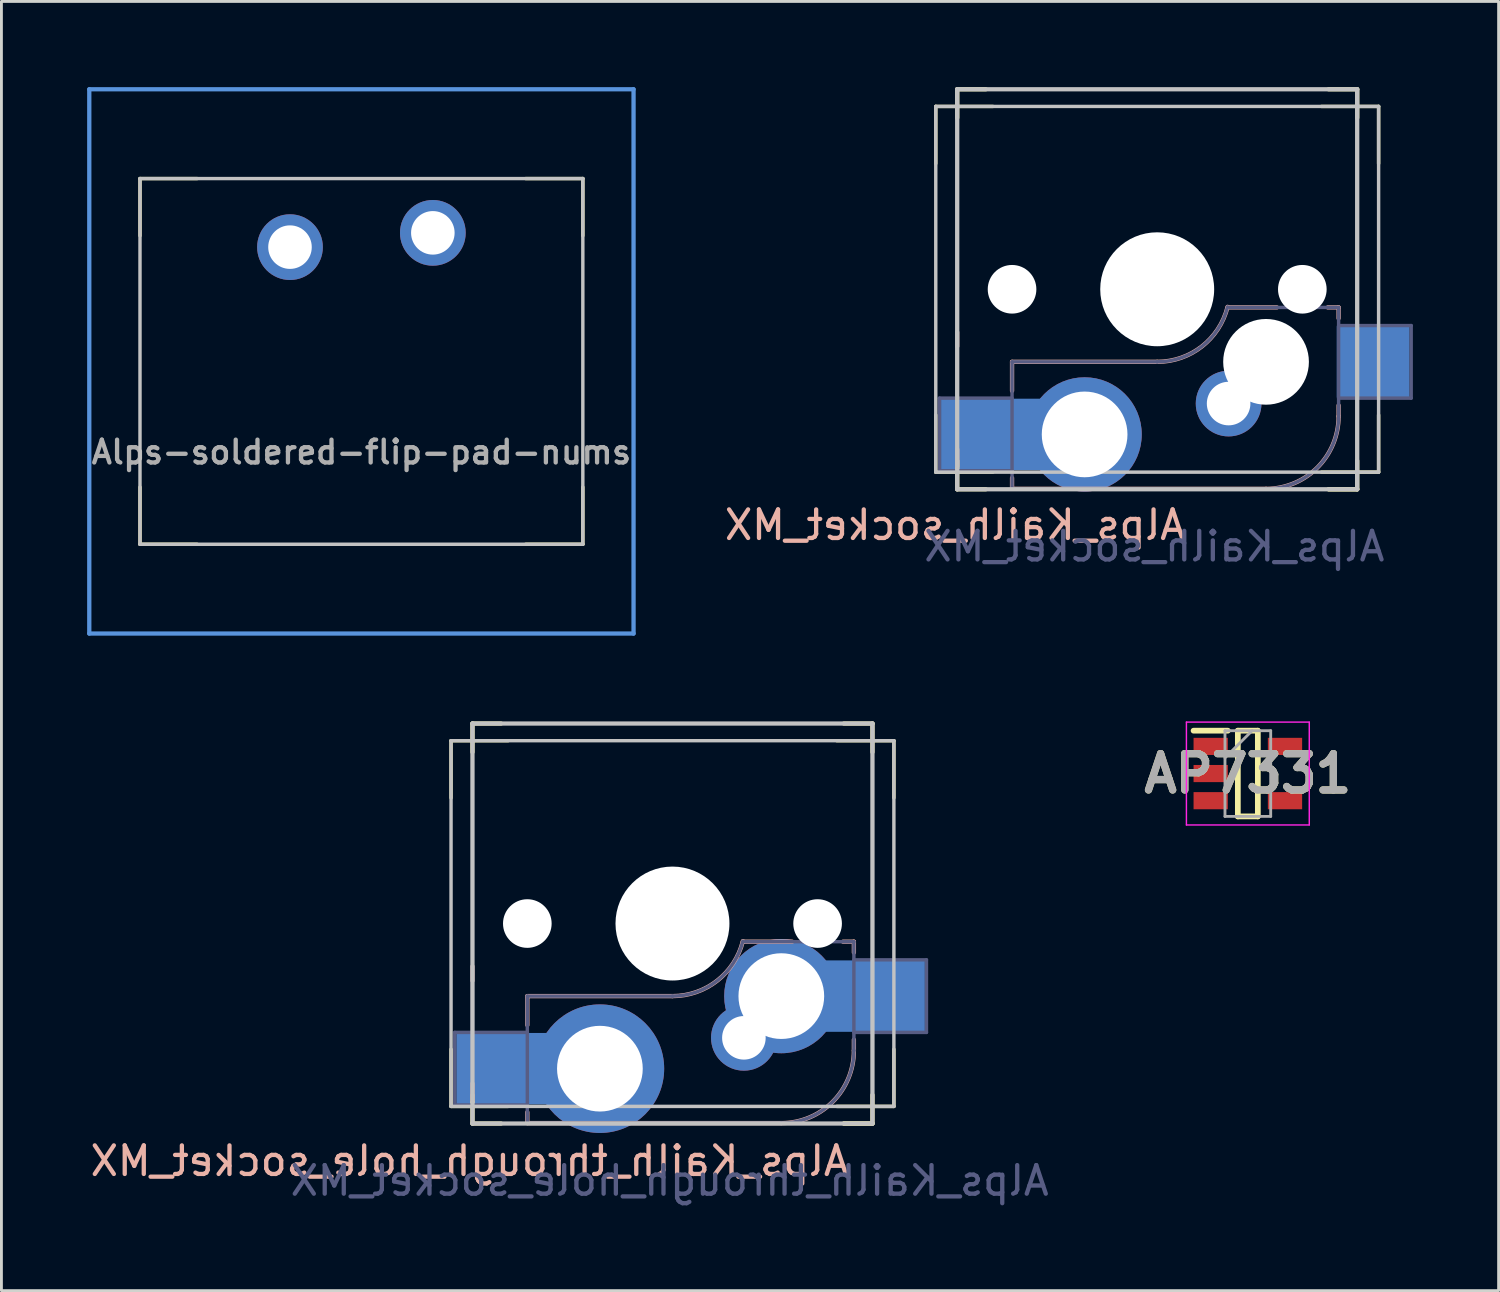
<source format=kicad_pcb>
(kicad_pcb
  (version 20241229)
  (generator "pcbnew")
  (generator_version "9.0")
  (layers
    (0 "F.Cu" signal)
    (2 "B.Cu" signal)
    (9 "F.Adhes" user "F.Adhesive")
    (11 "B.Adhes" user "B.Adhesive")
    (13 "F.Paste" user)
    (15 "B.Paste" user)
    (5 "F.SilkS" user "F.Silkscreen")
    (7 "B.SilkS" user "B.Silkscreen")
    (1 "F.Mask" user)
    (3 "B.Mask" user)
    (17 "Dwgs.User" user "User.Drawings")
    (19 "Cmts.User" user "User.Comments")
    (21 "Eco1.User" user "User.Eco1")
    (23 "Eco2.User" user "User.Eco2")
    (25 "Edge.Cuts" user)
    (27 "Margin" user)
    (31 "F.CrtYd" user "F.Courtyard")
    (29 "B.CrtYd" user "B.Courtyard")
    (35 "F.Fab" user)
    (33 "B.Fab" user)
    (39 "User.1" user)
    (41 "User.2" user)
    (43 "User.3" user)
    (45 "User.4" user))
  (footprint "Alps_Kailh_socket_MX"
    (layer "F.Cu")
    (at 37.453 7.075)
    (property "Reference" "Alps_Kailh_socket_MX" (at -7.08 8.25 180) (layer "B.SilkS") (effects (font (size 1 1) (thickness 0.15)) (justify mirror)))
    (property "Value" "Alps_Kailh_socket_MX" (at 0 -8.255 180) (layer "F.Fab") (hide yes) (effects (font (size 1 1) (thickness 0.15))))
    (attr smd)
    (fp_line (start -7.75 -6.4) (end -7.75 -4.4) (stroke (width 0.12) (type solid)) (layer "F.SilkS"))
    (fp_line (start -7.75 -6.4) (end -5.75 -6.4) (stroke (width 0.12) (type solid)) (layer "F.SilkS"))
    (fp_line (start -7.75 6.4) (end -7.75 4.4) (stroke (width 0.12) (type solid)) (layer "F.SilkS"))
    (fp_line (start -7.75 6.4) (end -5.75 6.4) (stroke (width 0.12) (type solid)) (layer "F.SilkS"))
    (fp_line (start -7 -6) (end -7 -7) (stroke (width 0.15) (type solid)) (layer "F.SilkS"))
    (fp_line (start -7 7) (end -7 6) (stroke (width 0.15) (type solid)) (layer "F.SilkS"))
    (fp_line (start -7 7) (end -6 7) (stroke (width 0.15) (type solid)) (layer "F.SilkS"))
    (fp_line (start -6 -7) (end -7 -7) (stroke (width 0.15) (type solid)) (layer "F.SilkS"))
    (fp_line (start 6 7) (end 7 7) (stroke (width 0.15) (type solid)) (layer "F.SilkS"))
    (fp_line (start 7 -7) (end 6 -7) (stroke (width 0.15) (type solid)) (layer "F.SilkS"))
    (fp_line (start 7 -7) (end 7 -6) (stroke (width 0.15) (type solid)) (layer "F.SilkS"))
    (fp_line (start 7 6) (end 7 7) (stroke (width 0.15) (type solid)) (layer "F.SilkS"))
    (fp_line (start 7 7) (end 6 7) (stroke (width 0.15) (type solid)) (layer "F.SilkS"))
    (fp_line (start 7.75 -6.4) (end 5.75 -6.4) (stroke (width 0.12) (type solid)) (layer "F.SilkS"))
    (fp_line (start 7.75 -6.4) (end 7.75 -4.4) (stroke (width 0.12) (type solid)) (layer "F.SilkS"))
    (fp_line (start 7.75 6.4) (end 5.75 6.4) (stroke (width 0.12) (type solid)) (layer "F.SilkS"))
    (fp_line (start 7.75 6.4) (end 7.75 4.4) (stroke (width 0.12) (type solid)) (layer "F.SilkS"))
    (fp_line (start -7 1.5) (end -7 2) (stroke (width 0.15) (type solid)) (layer "B.SilkS"))
    (fp_line (start -7 5.6) (end -7 6.2) (stroke (width 0.15) (type solid)) (layer "B.SilkS"))
    (fp_line (start -5.08 2.54) (end 0 2.54) (stroke (width 0.15) (type solid)) (layer "B.SilkS"))
    (fp_line (start -5.08 3.556) (end -5.08 2.54) (stroke (width 0.15) (type solid)) (layer "B.SilkS"))
    (fp_line (start -5.08 6.985) (end -5.08 6.604) (stroke (width 0.15) (type solid)) (layer "B.SilkS"))
    (fp_line (start 2.464 0.635) (end 4.191 0.635) (stroke (width 0.15) (type solid)) (layer "B.SilkS"))
    (fp_line (start 3.81 6.985) (end -5.08 6.985) (stroke (width 0.15) (type solid)) (layer "B.SilkS"))
    (fp_line (start 5.969 0.635) (end 6.35 0.635) (stroke (width 0.15) (type solid)) (layer "B.SilkS"))
    (fp_line (start 6.35 1.016) (end 6.35 0.635) (stroke (width 0.15) (type solid)) (layer "B.SilkS"))
    (fp_line (start 6.35 4.445) (end 6.35 4.064) (stroke (width 0.15) (type solid)) (layer "B.SilkS"))
    (fp_arc (start 2.464162 0.61604) (mid 1.563147 2.002042) (end 0 2.54) (stroke (width 0.15) (type solid)) (layer "B.SilkS"))
    (fp_arc (start 6.35 4.445) (mid 5.606051 6.241051) (end 3.81 6.985) (stroke (width 0.15) (type solid)) (layer "B.SilkS"))
    (fp_line (start -7.75 -6.4) (end -7.75 6.4) (stroke (width 0.12) (type solid)) (layer "Dwgs.User"))
    (fp_line (start -7 7) (end -7 -7) (stroke (width 0.15) (type solid)) (layer "Dwgs.User"))
    (fp_line (start -7 7) (end 7 7) (stroke (width 0.15) (type solid)) (layer "Dwgs.User"))
    (fp_line (start 7 -7) (end -7 -7) (stroke (width 0.15) (type solid)) (layer "Dwgs.User"))
    (fp_line (start 7 -7) (end 7 7) (stroke (width 0.15) (type solid)) (layer "Dwgs.User"))
    (fp_line (start 7.75 -6.4) (end -7.75 -6.4) (stroke (width 0.12) (type solid)) (layer "Dwgs.User"))
    (fp_line (start 7.75 6.4) (end -7.75 6.4) (stroke (width 0.12) (type solid)) (layer "Dwgs.User"))
    (fp_line (start 7.75 6.4) (end 7.75 -6.4) (stroke (width 0.12) (type solid)) (layer "Dwgs.User"))
    (fp_line (start -2.6 -3.1) (end -2.6 -6.3) (stroke (width 0.15) (type solid)) (layer "Eco2.User"))
    (fp_line (start -2.6 -3.1) (end 2.6 -3.1) (stroke (width 0.15) (type solid)) (layer "Eco2.User"))
    (fp_line (start 2.6 -6.3) (end -2.6 -6.3) (stroke (width 0.15) (type solid)) (layer "Eco2.User"))
    (fp_line (start 2.6 -3.1) (end 2.6 -6.3) (stroke (width 0.15) (type solid)) (layer "Eco2.User"))
    (fp_line (start -7.62 3.81) (end -5.08 3.81) (stroke (width 0.12) (type solid)) (layer "B.Fab"))
    (fp_line (start -7.62 6.35) (end -7.62 3.81) (stroke (width 0.12) (type solid)) (layer "B.Fab"))
    (fp_line (start -7 1.5) (end -7 6.2) (stroke (width 0.12) (type solid)) (layer "B.Fab"))
    (fp_line (start -5.08 2.54) (end 0 2.54) (stroke (width 0.12) (type solid)) (layer "B.Fab"))
    (fp_line (start -5.08 6.35) (end -7.62 6.35) (stroke (width 0.12) (type solid)) (layer "B.Fab"))
    (fp_line (start -5.08 6.985) (end -5.08 2.54) (stroke (width 0.12) (type solid)) (layer "B.Fab"))
    (fp_line (start 3.81 6.985) (end -5.08 6.985) (stroke (width 0.12) (type solid)) (layer "B.Fab"))
    (fp_line (start 6.35 0.635) (end 2.54 0.635) (stroke (width 0.12) (type solid)) (layer "B.Fab"))
    (fp_line (start 6.35 0.635) (end 6.35 4.445) (stroke (width 0.12) (type solid)) (layer "B.Fab"))
    (fp_line (start 6.35 1.27) (end 8.89 1.27) (stroke (width 0.12) (type solid)) (layer "B.Fab"))
    (fp_line (start 8.89 1.27) (end 8.89 3.81) (stroke (width 0.12) (type solid)) (layer "B.Fab"))
    (fp_line (start 8.89 3.81) (end 6.35 3.81) (stroke (width 0.12) (type solid)) (layer "B.Fab"))
    (fp_arc (start 2.464162 0.61604) (mid 1.563147 2.002042) (end 0 2.54) (stroke (width 0.12) (type solid)) (layer "B.Fab"))
    (fp_arc (start 6.35 4.445) (mid 5.606051 6.241051) (end 3.81 6.985) (stroke (width 0.12) (type solid)) (layer "B.Fab"))
    (fp_text user "${VALUE}" (at -0.1 9 0) (layer "B.Fab") (effects (font (size 1 1) (thickness 0.15)) (justify mirror)))
    (pad "" np_thru_hole circle (at -5.08 0 180) (size 1.702 1.702) (drill 1.702) (layers "*.Cu" "*.Mask"))
    (pad "" np_thru_hole circle (at 0 0 180) (size 3.988 3.988) (drill 3.988) (layers "*.Cu" "*.Mask"))
    (pad "" np_thru_hole circle (at 3.81 2.54 180) (size 3 3) (drill 3) (layers "*.Cu" "*.Mask"))
    (pad "" np_thru_hole circle (at 5.08 0 180) (size 1.702 1.702) (drill 1.702) (layers "*.Cu" "*.Mask"))
    (pad "1" smd rect (at -6.29 5.08 180) (size 2.55 2.5) (layers "B.Cu" "B.Mask" "B.Paste"))
    (pad "1" smd rect (at -4.8 5.08 180) (size 1.5 2.5) (layers "B.Cu" "B.Mask" "B.Paste"))
    (pad "1" thru_hole circle (at -2.54 5.08 180) (size 4 4) (drill 3) (layers "*.Cu" "*.Mask"))
    (pad "2" thru_hole circle (at 2.5 4 180) (size 2.3 2.3) (drill 1.525) (layers "*.Cu" "B.Mask"))
    (pad "2" smd rect (at 7.56 2.54 180) (size 2.55 2.5) (layers "B.Cu" "B.Mask" "B.Paste")))
  (footprint "Alps-soldered-flip-pad-nums"
    (layer "F.Cu")
    (at 9.6 9.6)
    (property "Reference" "Alps-soldered-flip-pad-nums" (at 0 3.175 0) (layer "F.Fab") (effects (font (size 0.8 0.8) (thickness 0.15))))
    (attr through_hole)
    (fp_line (start -7.75 -6.4) (end -7.75 -4.4) (stroke (width 0.12) (type solid)) (layer "F.SilkS"))
    (fp_line (start -7.75 -6.4) (end -5.75 -6.4) (stroke (width 0.12) (type solid)) (layer "F.SilkS"))
    (fp_line (start -7.75 6.4) (end -7.75 4.4) (stroke (width 0.12) (type solid)) (layer "F.SilkS"))
    (fp_line (start -7.75 6.4) (end -5.75 6.4) (stroke (width 0.12) (type solid)) (layer "F.SilkS"))
    (fp_line (start 7.75 -6.4) (end 5.75 -6.4) (stroke (width 0.12) (type solid)) (layer "F.SilkS"))
    (fp_line (start 7.75 -6.4) (end 7.75 -4.4) (stroke (width 0.12) (type solid)) (layer "F.SilkS"))
    (fp_line (start 7.75 6.4) (end 5.75 6.4) (stroke (width 0.12) (type solid)) (layer "F.SilkS"))
    (fp_line (start 7.75 6.4) (end 7.75 4.4) (stroke (width 0.12) (type solid)) (layer "F.SilkS"))
    (fp_line (start -7.75 -6.4) (end -7.75 6.4) (stroke (width 0.12) (type solid)) (layer "Dwgs.User"))
    (fp_line (start -7.75 -6.4) (end 7.75 -6.4) (stroke (width 0.12) (type solid)) (layer "Dwgs.User"))
    (fp_line (start -7.75 6.4) (end 7.75 6.4) (stroke (width 0.12) (type solid)) (layer "Dwgs.User"))
    (fp_line (start 7.75 6.4) (end 7.75 -6.4) (stroke (width 0.12) (type solid)) (layer "Dwgs.User"))
    (fp_line (start -9.525 9.525) (end -9.525 -9.525) (stroke (width 0.15) (type solid)) (layer "Cmts.User"))
    (fp_line (start 9.525 -9.525) (end -9.525 -9.525) (stroke (width 0.15) (type solid)) (layer "Cmts.User"))
    (fp_line (start 9.525 9.525) (end -9.525 9.525) (stroke (width 0.15) (type solid)) (layer "Cmts.User"))
    (fp_line (start 9.525 9.525) (end 9.525 -9.525) (stroke (width 0.15) (type solid)) (layer "Cmts.User"))
    (pad "1" thru_hole circle (at 2.5 -4.5 86.054) (size 2.3 2.3) (drill 1.524) (layers "*.Cu" "B.Mask"))
    (pad "2" thru_hole circle (at -2.5 -4) (size 2.3 2.3) (drill 1.524) (layers "*.Cu" "B.Mask")))
  (footprint "Alps_Kailh_through_hole_socket_MX"
    (layer "F.Cu")
    (at 20.487 29.275)
    (property "Reference" "Alps_Kailh_through_hole_socket_MX" (at -7.1 8.31 180) (layer "B.SilkS") (effects (font (size 1 1) (thickness 0.15)) (justify mirror)))
    (property "Value" "Alps_Kailh_through_hole_socket_MX" (at 0 -8.255 180) (layer "F.Fab") (hide yes) (effects (font (size 1 1) (thickness 0.15))))
    (attr smd)
    (fp_line (start -7.75 -6.4) (end -7.75 -4.4) (stroke (width 0.12) (type solid)) (layer "F.SilkS"))
    (fp_line (start -7.75 -6.4) (end -5.75 -6.4) (stroke (width 0.12) (type solid)) (layer "F.SilkS"))
    (fp_line (start -7.75 6.4) (end -7.75 4.4) (stroke (width 0.12) (type solid)) (layer "F.SilkS"))
    (fp_line (start -7.75 6.4) (end -5.75 6.4) (stroke (width 0.12) (type solid)) (layer "F.SilkS"))
    (fp_line (start -7 -6) (end -7 -7) (stroke (width 0.15) (type solid)) (layer "F.SilkS"))
    (fp_line (start -7 7) (end -7 6) (stroke (width 0.15) (type solid)) (layer "F.SilkS"))
    (fp_line (start -7 7) (end -6 7) (stroke (width 0.15) (type solid)) (layer "F.SilkS"))
    (fp_line (start -6 -7) (end -7 -7) (stroke (width 0.15) (type solid)) (layer "F.SilkS"))
    (fp_line (start 6 7) (end 7 7) (stroke (width 0.15) (type solid)) (layer "F.SilkS"))
    (fp_line (start 7 -7) (end 6 -7) (stroke (width 0.15) (type solid)) (layer "F.SilkS"))
    (fp_line (start 7 -7) (end 7 -6) (stroke (width 0.15) (type solid)) (layer "F.SilkS"))
    (fp_line (start 7 6) (end 7 7) (stroke (width 0.15) (type solid)) (layer "F.SilkS"))
    (fp_line (start 7 7) (end 6 7) (stroke (width 0.15) (type solid)) (layer "F.SilkS"))
    (fp_line (start 7.75 -6.4) (end 5.75 -6.4) (stroke (width 0.12) (type solid)) (layer "F.SilkS"))
    (fp_line (start 7.75 -6.4) (end 7.75 -4.4) (stroke (width 0.12) (type solid)) (layer "F.SilkS"))
    (fp_line (start 7.75 6.4) (end 5.75 6.4) (stroke (width 0.12) (type solid)) (layer "F.SilkS"))
    (fp_line (start 7.75 6.4) (end 7.75 4.4) (stroke (width 0.12) (type solid)) (layer "F.SilkS"))
    (fp_line (start -7 1.5) (end -7 2) (stroke (width 0.15) (type solid)) (layer "B.SilkS"))
    (fp_line (start -7 5.6) (end -7 6.2) (stroke (width 0.15) (type solid)) (layer "B.SilkS"))
    (fp_line (start -5.08 2.54) (end 0 2.54) (stroke (width 0.15) (type solid)) (layer "B.SilkS"))
    (fp_line (start -5.08 3.556) (end -5.08 2.54) (stroke (width 0.15) (type solid)) (layer "B.SilkS"))
    (fp_line (start -5.08 6.985) (end -5.08 6.604) (stroke (width 0.15) (type solid)) (layer "B.SilkS"))
    (fp_line (start 2.464 0.635) (end 4.191 0.635) (stroke (width 0.15) (type solid)) (layer "B.SilkS"))
    (fp_line (start 3.81 6.985) (end -5.08 6.985) (stroke (width 0.15) (type solid)) (layer "B.SilkS"))
    (fp_line (start 5.969 0.635) (end 6.35 0.635) (stroke (width 0.15) (type solid)) (layer "B.SilkS"))
    (fp_line (start 6.35 1.016) (end 6.35 0.635) (stroke (width 0.15) (type solid)) (layer "B.SilkS"))
    (fp_line (start 6.35 4.445) (end 6.35 4.064) (stroke (width 0.15) (type solid)) (layer "B.SilkS"))
    (fp_arc (start 2.464162 0.61604) (mid 1.563147 2.002042) (end 0 2.54) (stroke (width 0.15) (type solid)) (layer "B.SilkS"))
    (fp_arc (start 6.35 4.445) (mid 5.606051 6.241051) (end 3.81 6.985) (stroke (width 0.15) (type solid)) (layer "B.SilkS"))
    (fp_line (start -7.75 -6.4) (end -7.75 6.4) (stroke (width 0.12) (type solid)) (layer "Dwgs.User"))
    (fp_line (start -7 7) (end -7 -7) (stroke (width 0.15) (type solid)) (layer "Dwgs.User"))
    (fp_line (start -7 7) (end 7 7) (stroke (width 0.15) (type solid)) (layer "Dwgs.User"))
    (fp_line (start 7 -7) (end -7 -7) (stroke (width 0.15) (type solid)) (layer "Dwgs.User"))
    (fp_line (start 7 -7) (end 7 7) (stroke (width 0.15) (type solid)) (layer "Dwgs.User"))
    (fp_line (start 7.75 -6.4) (end -7.75 -6.4) (stroke (width 0.12) (type solid)) (layer "Dwgs.User"))
    (fp_line (start 7.75 6.4) (end -7.75 6.4) (stroke (width 0.12) (type solid)) (layer "Dwgs.User"))
    (fp_line (start 7.75 6.4) (end 7.75 -6.4) (stroke (width 0.12) (type solid)) (layer "Dwgs.User"))
    (fp_line (start -2.6 -3.1) (end -2.6 -6.3) (stroke (width 0.15) (type solid)) (layer "Eco2.User"))
    (fp_line (start -2.6 -3.1) (end 2.6 -3.1) (stroke (width 0.15) (type solid)) (layer "Eco2.User"))
    (fp_line (start 2.6 -6.3) (end -2.6 -6.3) (stroke (width 0.15) (type solid)) (layer "Eco2.User"))
    (fp_line (start 2.6 -3.1) (end 2.6 -6.3) (stroke (width 0.15) (type solid)) (layer "Eco2.User"))
    (fp_line (start -7.62 3.81) (end -5.08 3.81) (stroke (width 0.12) (type solid)) (layer "B.Fab"))
    (fp_line (start -7.62 6.35) (end -7.62 3.81) (stroke (width 0.12) (type solid)) (layer "B.Fab"))
    (fp_line (start -7 1.5) (end -7 6.2) (stroke (width 0.12) (type solid)) (layer "B.Fab"))
    (fp_line (start -5.08 2.54) (end 0 2.54) (stroke (width 0.12) (type solid)) (layer "B.Fab"))
    (fp_line (start -5.08 6.35) (end -7.62 6.35) (stroke (width 0.12) (type solid)) (layer "B.Fab"))
    (fp_line (start -5.08 6.985) (end -5.08 2.54) (stroke (width 0.12) (type solid)) (layer "B.Fab"))
    (fp_line (start 3.81 6.985) (end -5.08 6.985) (stroke (width 0.12) (type solid)) (layer "B.Fab"))
    (fp_line (start 6.35 0.635) (end 2.54 0.635) (stroke (width 0.12) (type solid)) (layer "B.Fab"))
    (fp_line (start 6.35 0.635) (end 6.35 4.445) (stroke (width 0.12) (type solid)) (layer "B.Fab"))
    (fp_line (start 6.35 1.27) (end 8.89 1.27) (stroke (width 0.12) (type solid)) (layer "B.Fab"))
    (fp_line (start 8.89 1.27) (end 8.89 3.81) (stroke (width 0.12) (type solid)) (layer "B.Fab"))
    (fp_line (start 8.89 3.81) (end 6.35 3.81) (stroke (width 0.12) (type solid)) (layer "B.Fab"))
    (fp_arc (start 2.464162 0.61604) (mid 1.563147 2.002042) (end 0 2.54) (stroke (width 0.12) (type solid)) (layer "B.Fab"))
    (fp_arc (start 6.35 4.445) (mid 5.606051 6.241051) (end 3.81 6.985) (stroke (width 0.12) (type solid)) (layer "B.Fab"))
    (fp_text user "${VALUE}" (at -0.1 9 0) (layer "B.Fab") (effects (font (size 1 1) (thickness 0.15)) (justify mirror)))
    (pad "" np_thru_hole circle (at -5.08 0 180) (size 1.702 1.702) (drill 1.702) (layers "*.Cu" "*.Mask"))
    (pad "" np_thru_hole circle (at 0 0 180) (size 3.988 3.988) (drill 3.988) (layers "*.Cu" "*.Mask"))
    (pad "" np_thru_hole circle (at 5.08 0 180) (size 1.702 1.702) (drill 1.702) (layers "*.Cu" "*.Mask"))
    (pad "1" smd rect (at -6.29 5.08 180) (size 2.55 2.5) (layers "B.Cu" "B.Mask" "B.Paste"))
    (pad "1" smd rect (at -5.015 5.08 180) (size 1.5 2.5) (layers "B.Cu" "B.Mask" "B.Paste"))
    (pad "1" thru_hole circle (at -2.54 5.08 180) (size 4.5 4.5) (drill 3) (layers "*.Cu" "*.Mask"))
    (pad "2" thru_hole circle (at 2.5 4 180) (size 2.3 2.3) (drill 1.525) (layers "*.Cu" "B.Mask"))
    (pad "2" thru_hole circle (at 3.81 2.54 180) (size 4 4) (drill 3) (layers "*.Cu" "*.Mask"))
    (pad "2" smd rect (at 6.11 2.54 180) (size 1.5 2.5) (layers "B.Cu" "B.Mask" "B.Paste"))
    (pad "2" smd rect (at 7.56 2.54 180) (size 2.55 2.5) (layers "B.Cu" "B.Mask" "B.Paste")))
  (footprint "AP7331"
    (layer "F.Cu")
    (at 40.626 24.025)
    (property "Reference" "AP7331" (at 0 0 0) (layer "F.SilkS") (effects (font (size 1.27 1.27) (thickness 0.254))))
    (attr smd)
    (fp_line (start -1.9 -1.5) (end -0.7 -1.5) (stroke (width 0.2) (type solid)) (layer "F.SilkS"))
    (fp_line (start -0.35 -1.5) (end 0.35 -1.5) (stroke (width 0.2) (type solid)) (layer "F.SilkS"))
    (fp_line (start -0.35 1.5) (end -0.35 -1.5) (stroke (width 0.2) (type solid)) (layer "F.SilkS"))
    (fp_line (start 0.35 -1.5) (end 0.35 1.5) (stroke (width 0.2) (type solid)) (layer "F.SilkS"))
    (fp_line (start 0.35 1.5) (end -0.35 1.5) (stroke (width 0.2) (type solid)) (layer "F.SilkS"))
    (fp_line (start -2.15 -1.8) (end 2.15 -1.8) (stroke (width 0.05) (type solid)) (layer "F.CrtYd"))
    (fp_line (start -2.15 1.8) (end -2.15 -1.8) (stroke (width 0.05) (type solid)) (layer "F.CrtYd"))
    (fp_line (start 2.15 -1.8) (end 2.15 1.8) (stroke (width 0.05) (type solid)) (layer "F.CrtYd"))
    (fp_line (start 2.15 1.8) (end -2.15 1.8) (stroke (width 0.05) (type solid)) (layer "F.CrtYd"))
    (fp_line (start -0.8 -1.5) (end 0.8 -1.5) (stroke (width 0.1) (type solid)) (layer "F.Fab"))
    (fp_line (start -0.8 -0.55) (end 0.15 -1.5) (stroke (width 0.1) (type solid)) (layer "F.Fab"))
    (fp_line (start -0.8 1.5) (end -0.8 -1.5) (stroke (width 0.1) (type solid)) (layer "F.Fab"))
    (fp_line (start 0.8 -1.5) (end 0.8 1.5) (stroke (width 0.1) (type solid)) (layer "F.Fab"))
    (fp_line (start 0.8 1.5) (end -0.8 1.5) (stroke (width 0.1) (type solid)) (layer "F.Fab"))
    (fp_text user "${REFERENCE}" (at 0 0 0) (layer "F.Fab") (effects (font (size 1.27 1.27) (thickness 0.254))))
    (pad "1" smd rect (at -1.3 -0.95 90) (size 0.6 1.2) (layers "F.Cu" "F.Mask" "F.Paste"))
    (pad "2" smd rect (at -1.3 0 90) (size 0.6 1.2) (layers "F.Cu" "F.Mask" "F.Paste"))
    (pad "3" smd rect (at -1.3 0.95 90) (size 0.6 1.2) (layers "F.Cu" "F.Mask" "F.Paste"))
    (pad "4" smd rect (at 1.3 0.95 90) (size 0.6 1.2) (layers "F.Cu" "F.Mask" "F.Paste"))
    (pad "5" smd rect (at 1.3 -0.95 90) (size 0.6 1.2) (layers "F.Cu" "F.Mask" "F.Paste")))
  (gr_rect
    (start -3 -3)
    (end 49.403 42.123)
    (stroke (width 0.1) (type default))
    (fill no)
    (layer "Edge.Cuts")))
</source>
